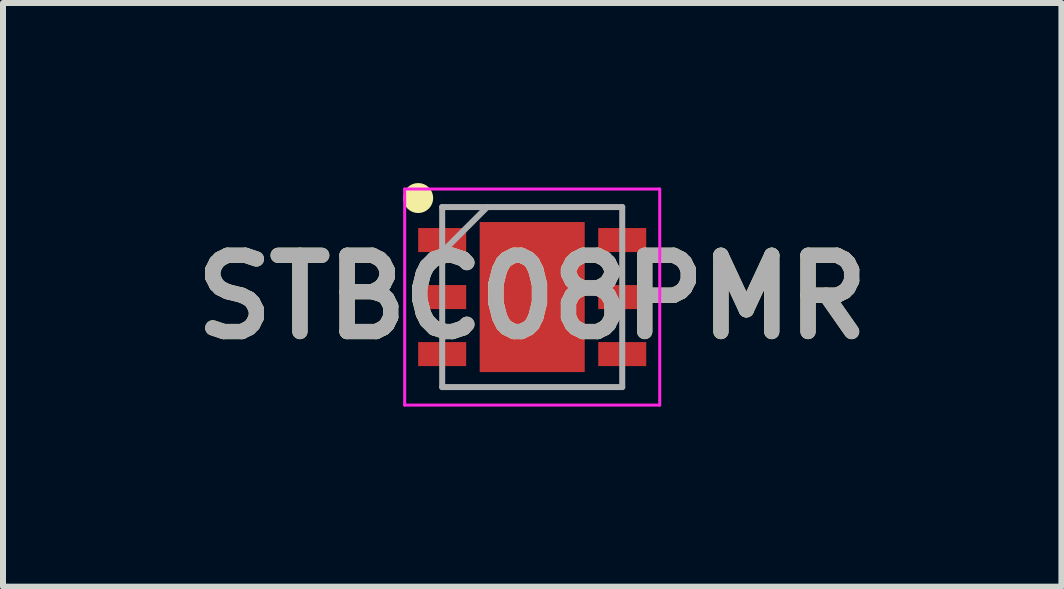
<source format=kicad_pcb>
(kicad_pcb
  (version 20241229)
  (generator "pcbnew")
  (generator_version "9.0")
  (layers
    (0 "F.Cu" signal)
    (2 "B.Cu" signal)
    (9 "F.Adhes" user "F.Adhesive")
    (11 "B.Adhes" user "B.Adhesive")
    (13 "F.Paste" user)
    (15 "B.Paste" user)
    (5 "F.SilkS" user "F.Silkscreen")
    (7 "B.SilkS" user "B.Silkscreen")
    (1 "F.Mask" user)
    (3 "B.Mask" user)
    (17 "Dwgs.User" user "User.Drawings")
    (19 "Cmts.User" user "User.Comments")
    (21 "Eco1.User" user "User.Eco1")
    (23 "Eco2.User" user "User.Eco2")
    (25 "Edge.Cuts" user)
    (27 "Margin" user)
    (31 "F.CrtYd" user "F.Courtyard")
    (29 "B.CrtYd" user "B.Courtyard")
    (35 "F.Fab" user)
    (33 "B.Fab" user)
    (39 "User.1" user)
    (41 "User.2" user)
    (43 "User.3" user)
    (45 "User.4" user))
  (footprint "STBC08PMR"
    (layer "F.Cu")
    (at 5.818 1.9)
    (property "Reference" "STBC08PMR" (at 0 0 0) (layer "F.SilkS") (effects (font (size 1.27 1.27) (thickness 0.254))))
    (attr smd)
    (fp_circle (center -1.9 -1.65) (end -1.9 -1.525) (stroke (width 0.25) (type solid)) (fill no) (layer "F.SilkS"))
    (fp_line (start -2.125 -1.8) (end 2.125 -1.8) (stroke (width 0.05) (type solid)) (layer "F.CrtYd"))
    (fp_line (start -2.125 1.8) (end -2.125 -1.8) (stroke (width 0.05) (type solid)) (layer "F.CrtYd"))
    (fp_line (start 2.125 -1.8) (end 2.125 1.8) (stroke (width 0.05) (type solid)) (layer "F.CrtYd"))
    (fp_line (start 2.125 1.8) (end -2.125 1.8) (stroke (width 0.05) (type solid)) (layer "F.CrtYd"))
    (fp_line (start -1.5 -1.5) (end 1.5 -1.5) (stroke (width 0.1) (type solid)) (layer "F.Fab"))
    (fp_line (start -1.5 -0.75) (end -0.75 -1.5) (stroke (width 0.1) (type solid)) (layer "F.Fab"))
    (fp_line (start -1.5 1.5) (end -1.5 -1.5) (stroke (width 0.1) (type solid)) (layer "F.Fab"))
    (fp_line (start 1.5 -1.5) (end 1.5 1.5) (stroke (width 0.1) (type solid)) (layer "F.Fab"))
    (fp_line (start 1.5 1.5) (end -1.5 1.5) (stroke (width 0.1) (type solid)) (layer "F.Fab"))
    (fp_text user "${REFERENCE}" (at 0 0 0) (layer "F.Fab") (effects (font (size 1.27 1.27) (thickness 0.254))))
    (pad "1" smd rect (at -1.5 -0.95 90) (size 0.4 0.8) (layers "F.Cu" "F.Mask" "F.Paste"))
    (pad "2" smd rect (at -1.5 0 90) (size 0.4 0.8) (layers "F.Cu" "F.Mask" "F.Paste"))
    (pad "3" smd rect (at -1.5 0.95 90) (size 0.4 0.8) (layers "F.Cu" "F.Mask" "F.Paste"))
    (pad "4" smd rect (at 1.5 0.95 90) (size 0.4 0.8) (layers "F.Cu" "F.Mask" "F.Paste"))
    (pad "5" smd rect (at 1.5 0 90) (size 0.4 0.8) (layers "F.Cu" "F.Mask" "F.Paste"))
    (pad "6" smd rect (at 1.5 -0.95 90) (size 0.4 0.8) (layers "F.Cu" "F.Mask" "F.Paste"))
    (pad "7" smd rect (at 0 0) (size 1.75 2.5) (layers "F.Cu" "F.Mask" "F.Paste")))
  (gr_rect
    (start -3 -3)
    (end 14.636 6.725)
    (stroke (width 0.1) (type default))
    (fill no)
    (layer "Edge.Cuts")))
</source>
